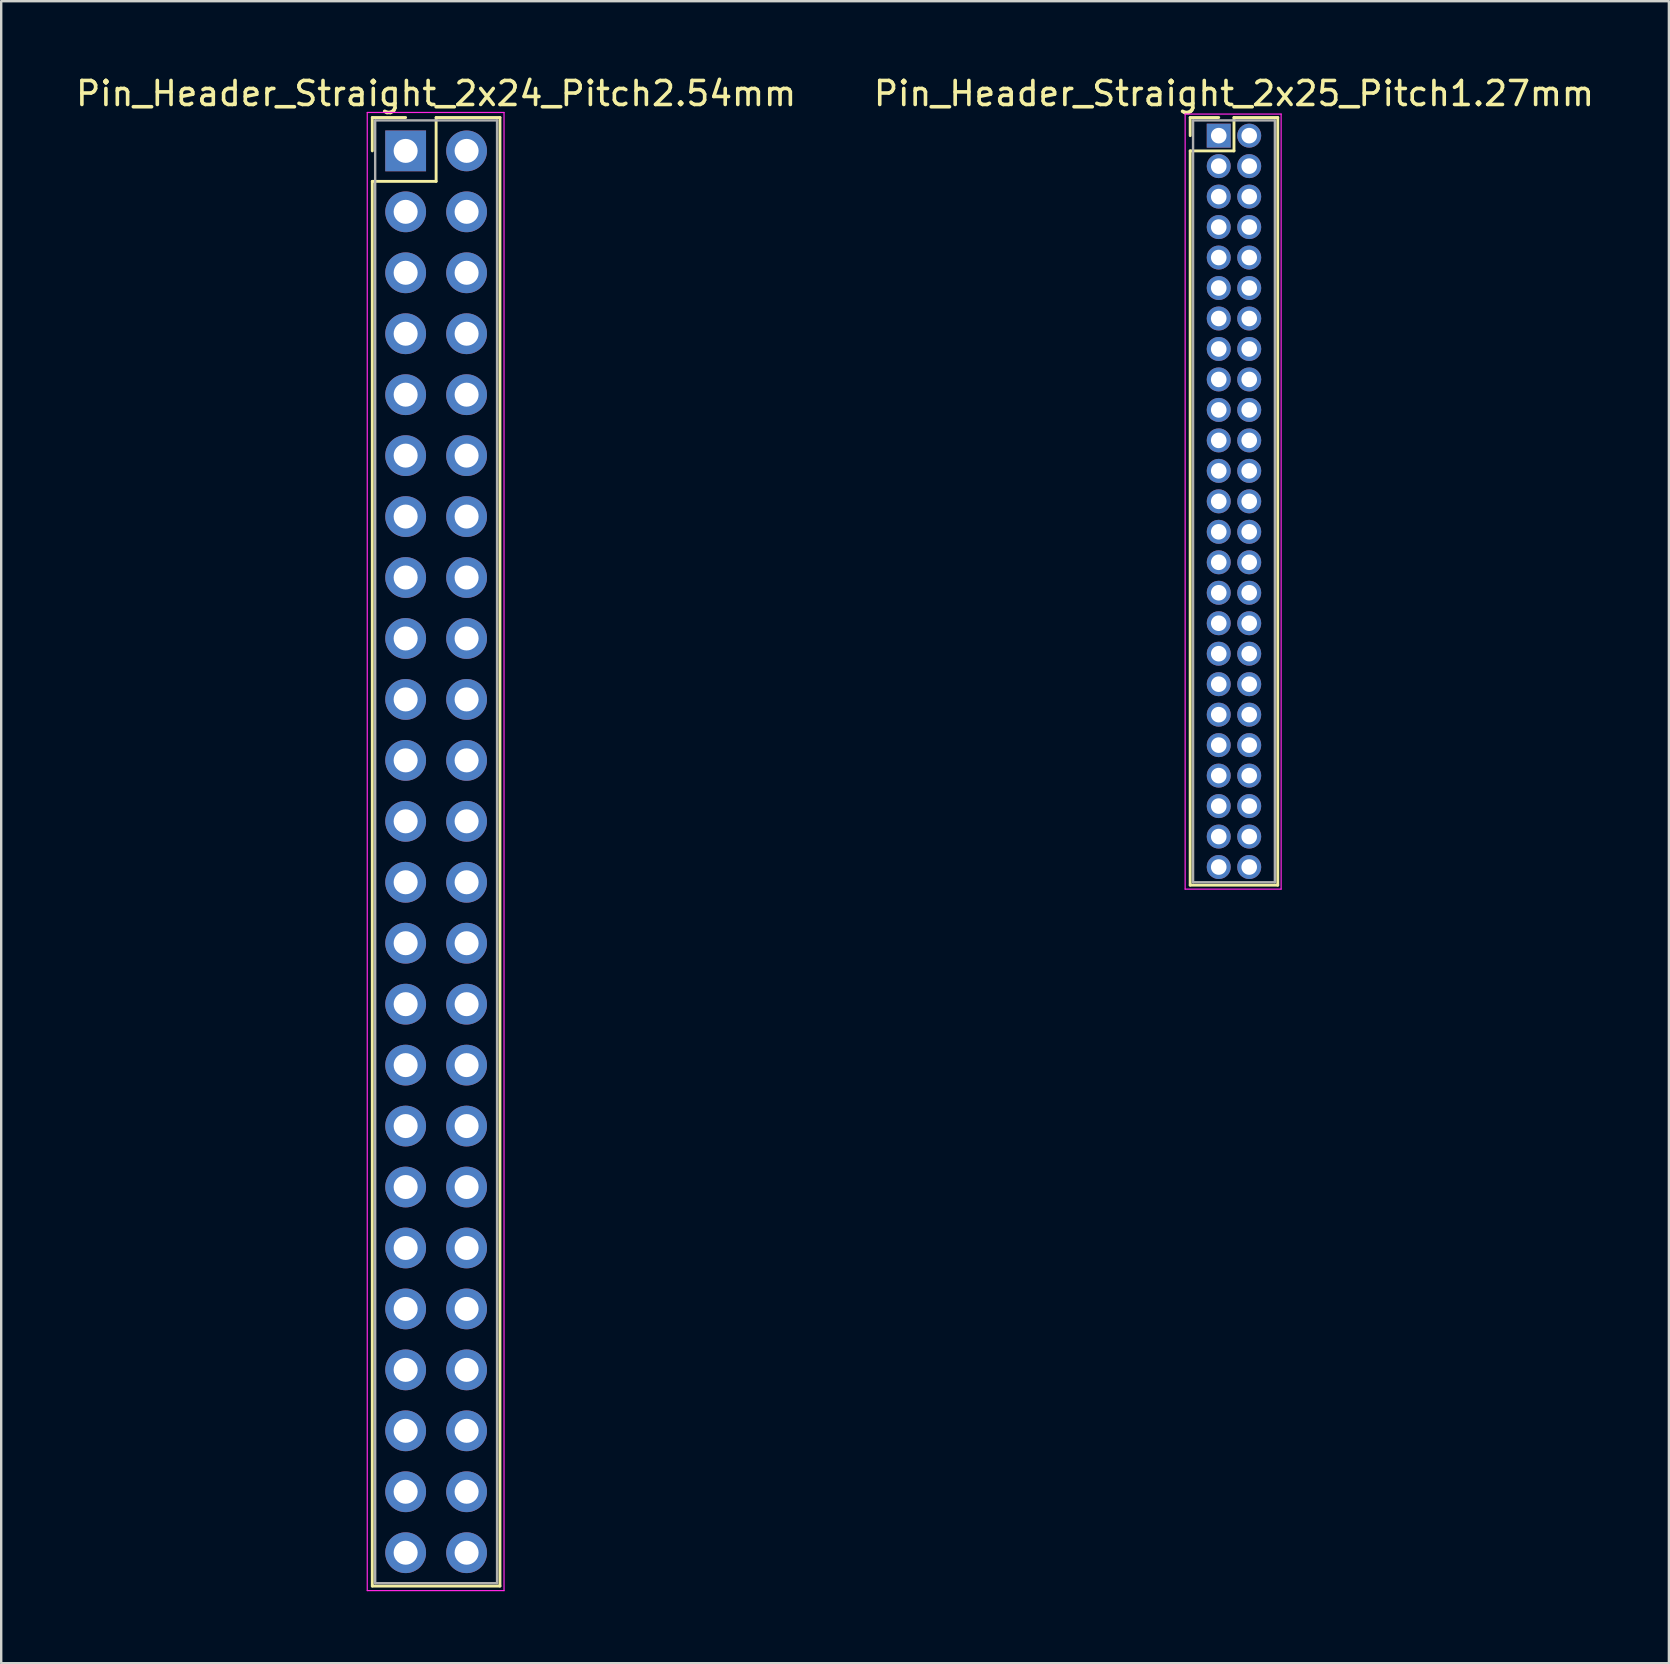
<source format=kicad_pcb>
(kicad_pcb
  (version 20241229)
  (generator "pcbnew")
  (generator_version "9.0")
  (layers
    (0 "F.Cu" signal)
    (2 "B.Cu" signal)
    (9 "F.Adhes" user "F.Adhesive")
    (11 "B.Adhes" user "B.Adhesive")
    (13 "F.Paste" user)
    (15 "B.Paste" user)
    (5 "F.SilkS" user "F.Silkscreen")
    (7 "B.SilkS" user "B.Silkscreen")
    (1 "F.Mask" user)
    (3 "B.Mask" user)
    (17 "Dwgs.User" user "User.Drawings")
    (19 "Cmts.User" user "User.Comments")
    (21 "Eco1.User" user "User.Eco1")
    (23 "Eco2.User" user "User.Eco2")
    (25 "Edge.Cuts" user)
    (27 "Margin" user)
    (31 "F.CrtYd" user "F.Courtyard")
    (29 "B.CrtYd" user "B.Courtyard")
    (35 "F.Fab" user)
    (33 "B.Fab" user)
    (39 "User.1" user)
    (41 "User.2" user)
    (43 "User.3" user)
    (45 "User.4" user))
  (footprint "Pin_Header_Straight_2x25_Pitch1.27mm"
    (layer "F.Cu")
    (at 47.74 2.603)
    (property "Reference" "Pin_Header_Straight_2x25_Pitch1.27mm" (at 0.635 -1.755 0) (layer "F.SilkS") (effects (font (size 1 1) (thickness 0.15))))
    (attr through_hole)
    (fp_line (start -1.19 -0.755) (end 0 -0.755) (stroke (width 0.12) (type solid)) (layer "F.SilkS"))
    (fp_line (start -1.19 0) (end -1.19 -0.755) (stroke (width 0.12) (type solid)) (layer "F.SilkS"))
    (fp_line (start -1.19 0.635) (end -1.19 31.235) (stroke (width 0.12) (type solid)) (layer "F.SilkS"))
    (fp_line (start -1.19 31.235) (end 2.46 31.235) (stroke (width 0.12) (type solid)) (layer "F.SilkS"))
    (fp_line (start 0.635 -0.755) (end 0.635 0.635) (stroke (width 0.12) (type solid)) (layer "F.SilkS"))
    (fp_line (start 0.635 0.635) (end -1.19 0.635) (stroke (width 0.12) (type solid)) (layer "F.SilkS"))
    (fp_line (start 2.46 -0.755) (end 0.635 -0.755) (stroke (width 0.12) (type solid)) (layer "F.SilkS"))
    (fp_line (start 2.46 31.235) (end 2.46 -0.755) (stroke (width 0.12) (type solid)) (layer "F.SilkS"))
    (fp_line (start -1.4 -0.9) (end -1.4 31.4) (stroke (width 0.05) (type solid)) (layer "F.CrtYd"))
    (fp_line (start -1.4 31.4) (end 2.6 31.4) (stroke (width 0.05) (type solid)) (layer "F.CrtYd"))
    (fp_line (start 2.6 -0.9) (end -1.4 -0.9) (stroke (width 0.05) (type solid)) (layer "F.CrtYd"))
    (fp_line (start 2.6 31.4) (end 2.6 -0.9) (stroke (width 0.05) (type solid)) (layer "F.CrtYd"))
    (fp_line (start -1.07 -0.635) (end -1.07 31.115) (stroke (width 0.1) (type solid)) (layer "F.Fab"))
    (fp_line (start -1.07 31.115) (end 2.34 31.115) (stroke (width 0.1) (type solid)) (layer "F.Fab"))
    (fp_line (start 2.34 -0.635) (end -1.07 -0.635) (stroke (width 0.1) (type solid)) (layer "F.Fab"))
    (fp_line (start 2.34 31.115) (end 2.34 -0.635) (stroke (width 0.1) (type solid)) (layer "F.Fab"))
    (pad "1" thru_hole rect (at 0 0) (size 1 1) (drill 0.65) (layers "*.Cu" "*.Mask"))
    (pad "2" thru_hole oval (at 1.27 0) (size 1 1) (drill 0.65) (layers "*.Cu" "*.Mask"))
    (pad "3" thru_hole oval (at 0 1.27) (size 1 1) (drill 0.65) (layers "*.Cu" "*.Mask"))
    (pad "4" thru_hole oval (at 1.27 1.27) (size 1 1) (drill 0.65) (layers "*.Cu" "*.Mask"))
    (pad "5" thru_hole oval (at 0 2.54) (size 1 1) (drill 0.65) (layers "*.Cu" "*.Mask"))
    (pad "6" thru_hole oval (at 1.27 2.54) (size 1 1) (drill 0.65) (layers "*.Cu" "*.Mask"))
    (pad "7" thru_hole oval (at 0 3.81) (size 1 1) (drill 0.65) (layers "*.Cu" "*.Mask"))
    (pad "8" thru_hole oval (at 1.27 3.81) (size 1 1) (drill 0.65) (layers "*.Cu" "*.Mask"))
    (pad "9" thru_hole oval (at 0 5.08) (size 1 1) (drill 0.65) (layers "*.Cu" "*.Mask"))
    (pad "10" thru_hole oval (at 1.27 5.08) (size 1 1) (drill 0.65) (layers "*.Cu" "*.Mask"))
    (pad "11" thru_hole oval (at 0 6.35) (size 1 1) (drill 0.65) (layers "*.Cu" "*.Mask"))
    (pad "12" thru_hole oval (at 1.27 6.35) (size 1 1) (drill 0.65) (layers "*.Cu" "*.Mask"))
    (pad "13" thru_hole oval (at 0 7.62) (size 1 1) (drill 0.65) (layers "*.Cu" "*.Mask"))
    (pad "14" thru_hole oval (at 1.27 7.62) (size 1 1) (drill 0.65) (layers "*.Cu" "*.Mask"))
    (pad "15" thru_hole oval (at 0 8.89) (size 1 1) (drill 0.65) (layers "*.Cu" "*.Mask"))
    (pad "16" thru_hole oval (at 1.27 8.89) (size 1 1) (drill 0.65) (layers "*.Cu" "*.Mask"))
    (pad "17" thru_hole oval (at 0 10.16) (size 1 1) (drill 0.65) (layers "*.Cu" "*.Mask"))
    (pad "18" thru_hole oval (at 1.27 10.16) (size 1 1) (drill 0.65) (layers "*.Cu" "*.Mask"))
    (pad "19" thru_hole oval (at 0 11.43) (size 1 1) (drill 0.65) (layers "*.Cu" "*.Mask"))
    (pad "20" thru_hole oval (at 1.27 11.43) (size 1 1) (drill 0.65) (layers "*.Cu" "*.Mask"))
    (pad "21" thru_hole oval (at 0 12.7) (size 1 1) (drill 0.65) (layers "*.Cu" "*.Mask"))
    (pad "22" thru_hole oval (at 1.27 12.7) (size 1 1) (drill 0.65) (layers "*.Cu" "*.Mask"))
    (pad "23" thru_hole oval (at 0 13.97) (size 1 1) (drill 0.65) (layers "*.Cu" "*.Mask"))
    (pad "24" thru_hole oval (at 1.27 13.97) (size 1 1) (drill 0.65) (layers "*.Cu" "*.Mask"))
    (pad "25" thru_hole oval (at 0 15.24) (size 1 1) (drill 0.65) (layers "*.Cu" "*.Mask"))
    (pad "26" thru_hole oval (at 1.27 15.24) (size 1 1) (drill 0.65) (layers "*.Cu" "*.Mask"))
    (pad "27" thru_hole oval (at 0 16.51) (size 1 1) (drill 0.65) (layers "*.Cu" "*.Mask"))
    (pad "28" thru_hole oval (at 1.27 16.51) (size 1 1) (drill 0.65) (layers "*.Cu" "*.Mask"))
    (pad "29" thru_hole oval (at 0 17.78) (size 1 1) (drill 0.65) (layers "*.Cu" "*.Mask"))
    (pad "30" thru_hole oval (at 1.27 17.78) (size 1 1) (drill 0.65) (layers "*.Cu" "*.Mask"))
    (pad "31" thru_hole oval (at 0 19.05) (size 1 1) (drill 0.65) (layers "*.Cu" "*.Mask"))
    (pad "32" thru_hole oval (at 1.27 19.05) (size 1 1) (drill 0.65) (layers "*.Cu" "*.Mask"))
    (pad "33" thru_hole oval (at 0 20.32) (size 1 1) (drill 0.65) (layers "*.Cu" "*.Mask"))
    (pad "34" thru_hole oval (at 1.27 20.32) (size 1 1) (drill 0.65) (layers "*.Cu" "*.Mask"))
    (pad "35" thru_hole oval (at 0 21.59) (size 1 1) (drill 0.65) (layers "*.Cu" "*.Mask"))
    (pad "36" thru_hole oval (at 1.27 21.59) (size 1 1) (drill 0.65) (layers "*.Cu" "*.Mask"))
    (pad "37" thru_hole oval (at 0 22.86) (size 1 1) (drill 0.65) (layers "*.Cu" "*.Mask"))
    (pad "38" thru_hole oval (at 1.27 22.86) (size 1 1) (drill 0.65) (layers "*.Cu" "*.Mask"))
    (pad "39" thru_hole oval (at 0 24.13) (size 1 1) (drill 0.65) (layers "*.Cu" "*.Mask"))
    (pad "40" thru_hole oval (at 1.27 24.13) (size 1 1) (drill 0.65) (layers "*.Cu" "*.Mask"))
    (pad "41" thru_hole oval (at 0 25.4) (size 1 1) (drill 0.65) (layers "*.Cu" "*.Mask"))
    (pad "42" thru_hole oval (at 1.27 25.4) (size 1 1) (drill 0.65) (layers "*.Cu" "*.Mask"))
    (pad "43" thru_hole oval (at 0 26.67) (size 1 1) (drill 0.65) (layers "*.Cu" "*.Mask"))
    (pad "44" thru_hole oval (at 1.27 26.67) (size 1 1) (drill 0.65) (layers "*.Cu" "*.Mask"))
    (pad "45" thru_hole oval (at 0 27.94) (size 1 1) (drill 0.65) (layers "*.Cu" "*.Mask"))
    (pad "46" thru_hole oval (at 1.27 27.94) (size 1 1) (drill 0.65) (layers "*.Cu" "*.Mask"))
    (pad "47" thru_hole oval (at 0 29.21) (size 1 1) (drill 0.65) (layers "*.Cu" "*.Mask"))
    (pad "48" thru_hole oval (at 1.27 29.21) (size 1 1) (drill 0.65) (layers "*.Cu" "*.Mask"))
    (pad "49" thru_hole oval (at 0 30.48) (size 1 1) (drill 0.65) (layers "*.Cu" "*.Mask"))
    (pad "50" thru_hole oval (at 1.27 30.48) (size 1 1) (drill 0.65) (layers "*.Cu" "*.Mask")))
  (footprint "Pin_Header_Straight_2x24_Pitch2.54mm"
    (layer "F.Cu")
    (at 13.855 3.238)
    (property "Reference" "Pin_Header_Straight_2x24_Pitch2.54mm" (at 1.27 -2.39 0) (layer "F.SilkS") (effects (font (size 1 1) (thickness 0.15))))
    (attr through_hole)
    (fp_line (start -1.39 -1.39) (end 0 -1.39) (stroke (width 0.12) (type solid)) (layer "F.SilkS"))
    (fp_line (start -1.39 0) (end -1.39 -1.39) (stroke (width 0.12) (type solid)) (layer "F.SilkS"))
    (fp_line (start -1.39 1.27) (end -1.39 59.81) (stroke (width 0.12) (type solid)) (layer "F.SilkS"))
    (fp_line (start -1.39 59.81) (end 3.93 59.81) (stroke (width 0.12) (type solid)) (layer "F.SilkS"))
    (fp_line (start 1.27 -1.39) (end 1.27 1.27) (stroke (width 0.12) (type solid)) (layer "F.SilkS"))
    (fp_line (start 1.27 1.27) (end -1.39 1.27) (stroke (width 0.12) (type solid)) (layer "F.SilkS"))
    (fp_line (start 3.93 -1.39) (end 1.27 -1.39) (stroke (width 0.12) (type solid)) (layer "F.SilkS"))
    (fp_line (start 3.93 59.81) (end 3.93 -1.39) (stroke (width 0.12) (type solid)) (layer "F.SilkS"))
    (fp_line (start -1.6 -1.6) (end -1.6 60) (stroke (width 0.05) (type solid)) (layer "F.CrtYd"))
    (fp_line (start -1.6 60) (end 4.1 60) (stroke (width 0.05) (type solid)) (layer "F.CrtYd"))
    (fp_line (start 4.1 -1.6) (end -1.6 -1.6) (stroke (width 0.05) (type solid)) (layer "F.CrtYd"))
    (fp_line (start 4.1 60) (end 4.1 -1.6) (stroke (width 0.05) (type solid)) (layer "F.CrtYd"))
    (fp_line (start -1.27 -1.27) (end -1.27 59.69) (stroke (width 0.1) (type solid)) (layer "F.Fab"))
    (fp_line (start -1.27 59.69) (end 3.81 59.69) (stroke (width 0.1) (type solid)) (layer "F.Fab"))
    (fp_line (start 3.81 -1.27) (end -1.27 -1.27) (stroke (width 0.1) (type solid)) (layer "F.Fab"))
    (fp_line (start 3.81 59.69) (end 3.81 -1.27) (stroke (width 0.1) (type solid)) (layer "F.Fab"))
    (pad "1" thru_hole rect (at 0 0) (size 1.7 1.7) (drill 1) (layers "*.Cu" "*.Mask"))
    (pad "2" thru_hole oval (at 2.54 0) (size 1.7 1.7) (drill 1) (layers "*.Cu" "*.Mask"))
    (pad "3" thru_hole oval (at 0 2.54) (size 1.7 1.7) (drill 1) (layers "*.Cu" "*.Mask"))
    (pad "4" thru_hole oval (at 2.54 2.54) (size 1.7 1.7) (drill 1) (layers "*.Cu" "*.Mask"))
    (pad "5" thru_hole oval (at 0 5.08) (size 1.7 1.7) (drill 1) (layers "*.Cu" "*.Mask"))
    (pad "6" thru_hole oval (at 2.54 5.08) (size 1.7 1.7) (drill 1) (layers "*.Cu" "*.Mask"))
    (pad "7" thru_hole oval (at 0 7.62) (size 1.7 1.7) (drill 1) (layers "*.Cu" "*.Mask"))
    (pad "8" thru_hole oval (at 2.54 7.62) (size 1.7 1.7) (drill 1) (layers "*.Cu" "*.Mask"))
    (pad "9" thru_hole oval (at 0 10.16) (size 1.7 1.7) (drill 1) (layers "*.Cu" "*.Mask"))
    (pad "10" thru_hole oval (at 2.54 10.16) (size 1.7 1.7) (drill 1) (layers "*.Cu" "*.Mask"))
    (pad "11" thru_hole oval (at 0 12.7) (size 1.7 1.7) (drill 1) (layers "*.Cu" "*.Mask"))
    (pad "12" thru_hole oval (at 2.54 12.7) (size 1.7 1.7) (drill 1) (layers "*.Cu" "*.Mask"))
    (pad "13" thru_hole oval (at 0 15.24) (size 1.7 1.7) (drill 1) (layers "*.Cu" "*.Mask"))
    (pad "14" thru_hole oval (at 2.54 15.24) (size 1.7 1.7) (drill 1) (layers "*.Cu" "*.Mask"))
    (pad "15" thru_hole oval (at 0 17.78) (size 1.7 1.7) (drill 1) (layers "*.Cu" "*.Mask"))
    (pad "16" thru_hole oval (at 2.54 17.78) (size 1.7 1.7) (drill 1) (layers "*.Cu" "*.Mask"))
    (pad "17" thru_hole oval (at 0 20.32) (size 1.7 1.7) (drill 1) (layers "*.Cu" "*.Mask"))
    (pad "18" thru_hole oval (at 2.54 20.32) (size 1.7 1.7) (drill 1) (layers "*.Cu" "*.Mask"))
    (pad "19" thru_hole oval (at 0 22.86) (size 1.7 1.7) (drill 1) (layers "*.Cu" "*.Mask"))
    (pad "20" thru_hole oval (at 2.54 22.86) (size 1.7 1.7) (drill 1) (layers "*.Cu" "*.Mask"))
    (pad "21" thru_hole oval (at 0 25.4) (size 1.7 1.7) (drill 1) (layers "*.Cu" "*.Mask"))
    (pad "22" thru_hole oval (at 2.54 25.4) (size 1.7 1.7) (drill 1) (layers "*.Cu" "*.Mask"))
    (pad "23" thru_hole oval (at 0 27.94) (size 1.7 1.7) (drill 1) (layers "*.Cu" "*.Mask"))
    (pad "24" thru_hole oval (at 2.54 27.94) (size 1.7 1.7) (drill 1) (layers "*.Cu" "*.Mask"))
    (pad "25" thru_hole oval (at 0 30.48) (size 1.7 1.7) (drill 1) (layers "*.Cu" "*.Mask"))
    (pad "26" thru_hole oval (at 2.54 30.48) (size 1.7 1.7) (drill 1) (layers "*.Cu" "*.Mask"))
    (pad "27" thru_hole oval (at 0 33.02) (size 1.7 1.7) (drill 1) (layers "*.Cu" "*.Mask"))
    (pad "28" thru_hole oval (at 2.54 33.02) (size 1.7 1.7) (drill 1) (layers "*.Cu" "*.Mask"))
    (pad "29" thru_hole oval (at 0 35.56) (size 1.7 1.7) (drill 1) (layers "*.Cu" "*.Mask"))
    (pad "30" thru_hole oval (at 2.54 35.56) (size 1.7 1.7) (drill 1) (layers "*.Cu" "*.Mask"))
    (pad "31" thru_hole oval (at 0 38.1) (size 1.7 1.7) (drill 1) (layers "*.Cu" "*.Mask"))
    (pad "32" thru_hole oval (at 2.54 38.1) (size 1.7 1.7) (drill 1) (layers "*.Cu" "*.Mask"))
    (pad "33" thru_hole oval (at 0 40.64) (size 1.7 1.7) (drill 1) (layers "*.Cu" "*.Mask"))
    (pad "34" thru_hole oval (at 2.54 40.64) (size 1.7 1.7) (drill 1) (layers "*.Cu" "*.Mask"))
    (pad "35" thru_hole oval (at 0 43.18) (size 1.7 1.7) (drill 1) (layers "*.Cu" "*.Mask"))
    (pad "36" thru_hole oval (at 2.54 43.18) (size 1.7 1.7) (drill 1) (layers "*.Cu" "*.Mask"))
    (pad "37" thru_hole oval (at 0 45.72) (size 1.7 1.7) (drill 1) (layers "*.Cu" "*.Mask"))
    (pad "38" thru_hole oval (at 2.54 45.72) (size 1.7 1.7) (drill 1) (layers "*.Cu" "*.Mask"))
    (pad "39" thru_hole oval (at 0 48.26) (size 1.7 1.7) (drill 1) (layers "*.Cu" "*.Mask"))
    (pad "40" thru_hole oval (at 2.54 48.26) (size 1.7 1.7) (drill 1) (layers "*.Cu" "*.Mask"))
    (pad "41" thru_hole oval (at 0 50.8) (size 1.7 1.7) (drill 1) (layers "*.Cu" "*.Mask"))
    (pad "42" thru_hole oval (at 2.54 50.8) (size 1.7 1.7) (drill 1) (layers "*.Cu" "*.Mask"))
    (pad "43" thru_hole oval (at 0 53.34) (size 1.7 1.7) (drill 1) (layers "*.Cu" "*.Mask"))
    (pad "44" thru_hole oval (at 2.54 53.34) (size 1.7 1.7) (drill 1) (layers "*.Cu" "*.Mask"))
    (pad "45" thru_hole oval (at 0 55.88) (size 1.7 1.7) (drill 1) (layers "*.Cu" "*.Mask"))
    (pad "46" thru_hole oval (at 2.54 55.88) (size 1.7 1.7) (drill 1) (layers "*.Cu" "*.Mask"))
    (pad "47" thru_hole oval (at 0 58.42) (size 1.7 1.7) (drill 1) (layers "*.Cu" "*.Mask"))
    (pad "48" thru_hole oval (at 2.54 58.42) (size 1.7 1.7) (drill 1) (layers "*.Cu" "*.Mask")))
  (gr_rect
    (start -3 -3)
    (end 66.5 66.263)
    (stroke (width 0.1) (type default))
    (fill no)
    (layer "Edge.Cuts")))
</source>
